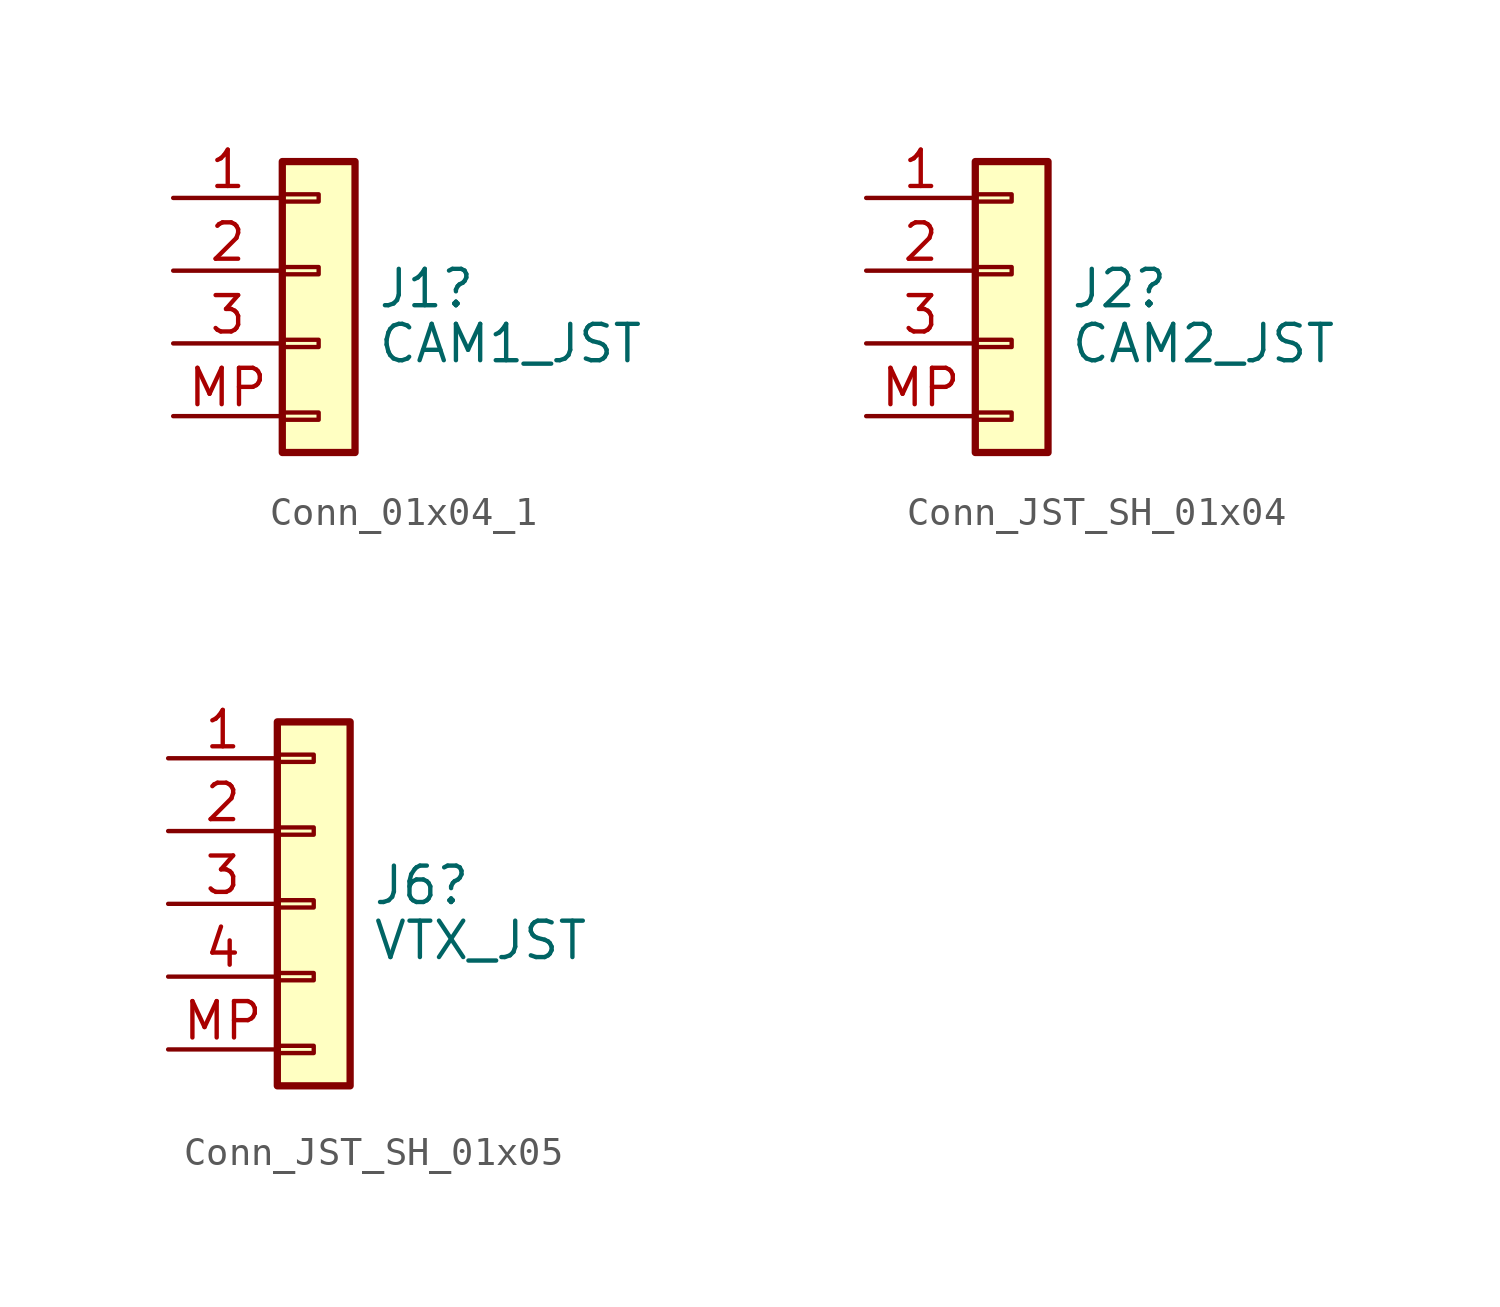
<source format=kicad_sym>
(kicad_symbol_lib
  (version 20220914)
  (generator kicad_symbol_editor)
  (symbol "Conn_01x04_1"
    (pin_names
      (offset 1.016) hide)
    (property "Reference" "J1"
      (at 2.032 -0.626 0)
      (effects (font (size 1.27 1.27)) (justify left)))
    (property "Value" "CAM1_JST"
      (at 2.032 -2.547 0)
      (effects (font (size 1.27 1.27)) (justify left)))
    (symbol "Conn_01x04_1_1_1"
      (rectangle (start -1.27 -4.953) (end 0 -5.207) (stroke (width 0.152) (type default)) (fill (type none)))
      (rectangle (start -1.27 -2.413) (end 0 -2.667) (stroke (width 0.152) (type default)) (fill (type none)))
      (rectangle (start -1.27 0.127) (end 0 -0.127) (stroke (width 0.152) (type default)) (fill (type none)))
      (rectangle (start -1.27 2.667) (end 0 2.413) (stroke (width 0.152) (type default)) (fill (type none)))
      (rectangle (start -1.27 3.81) (end 1.27 -6.35) (stroke (width 0.254) (type default)) (fill (type background)))
      (pin passive line (at -5.08 2.54 0) (length 3.81) (name "Pin_1" (effects (font (size 1.27 1.27)))) (number "1" (effects (font (size 1.27 1.27)))))
      (pin passive line (at -5.08 0 0) (length 3.81) (name "Pin_2" (effects (font (size 1.27 1.27)))) (number "2" (effects (font (size 1.27 1.27)))))
      (pin passive line (at -5.08 -2.54 0) (length 3.81) (name "Pin_3" (effects (font (size 1.27 1.27)))) (number "3" (effects (font (size 1.27 1.27)))))
      (pin passive line (at -5.08 -5.08 0) (length 3.81) (name "Pin_4" (effects (font (size 1.27 1.27)))) (number "MP" (effects (font (size 1.27 1.27)))))))
  (symbol "Conn_JST_SH_01x04"
    (pin_names
      (offset 1.016) hide)
    (property "Reference" "J2"
      (at 2.032 -0.626 0)
      (effects (font (size 1.27 1.27)) (justify left)))
    (property "Value" "CAM2_JST"
      (at 2.032 -2.547 0)
      (effects (font (size 1.27 1.27)) (justify left)))
    (symbol "Conn_JST_SH_01x04_1_1"
      (rectangle (start -1.27 -4.953) (end 0 -5.207) (stroke (width 0.152) (type default)) (fill (type none)))
      (rectangle (start -1.27 -2.413) (end 0 -2.667) (stroke (width 0.152) (type default)) (fill (type none)))
      (rectangle (start -1.27 0.127) (end 0 -0.127) (stroke (width 0.152) (type default)) (fill (type none)))
      (rectangle (start -1.27 2.667) (end 0 2.413) (stroke (width 0.152) (type default)) (fill (type none)))
      (rectangle (start -1.27 3.81) (end 1.27 -6.35) (stroke (width 0.254) (type default)) (fill (type background)))
      (pin passive line (at -5.08 2.54 0) (length 3.81) (name "Pin_1" (effects (font (size 1.27 1.27)))) (number "1" (effects (font (size 1.27 1.27)))))
      (pin passive line (at -5.08 0 0) (length 3.81) (name "Pin_2" (effects (font (size 1.27 1.27)))) (number "2" (effects (font (size 1.27 1.27)))))
      (pin passive line (at -5.08 -2.54 0) (length 3.81) (name "Pin_3" (effects (font (size 1.27 1.27)))) (number "3" (effects (font (size 1.27 1.27)))))
      (pin passive line (at -5.08 -5.08 0) (length 3.81) (name "Pin_4" (effects (font (size 1.27 1.27)))) (number "MP" (effects (font (size 1.27 1.27)))))))
  (symbol "Conn_JST_SH_01x05"
    (pin_names
      (offset 1.016) hide)
    (property "Reference" "J6"
      (at 2.032 0.644 0)
      (effects (font (size 1.27 1.27)) (justify left)))
    (property "Value" "VTX_JST"
      (at 2.032 -1.277 0)
      (effects (font (size 1.27 1.27)) (justify left)))
    (symbol "Conn_JST_SH_01x05_1_1"
      (rectangle (start -1.27 -4.953) (end 0 -5.207) (stroke (width 0.152) (type default)) (fill (type none)))
      (rectangle (start -1.27 -2.413) (end 0 -2.667) (stroke (width 0.152) (type default)) (fill (type none)))
      (rectangle (start -1.27 0.127) (end 0 -0.127) (stroke (width 0.152) (type default)) (fill (type none)))
      (rectangle (start -1.27 2.667) (end 0 2.413) (stroke (width 0.152) (type default)) (fill (type none)))
      (rectangle (start -1.27 5.207) (end 0 4.953) (stroke (width 0.152) (type default)) (fill (type none)))
      (rectangle (start -1.27 6.35) (end 1.27 -6.35) (stroke (width 0.254) (type default)) (fill (type background)))
      (pin passive line (at -5.08 5.08 0) (length 3.81) (name "Pin_1" (effects (font (size 1.27 1.27)))) (number "1" (effects (font (size 1.27 1.27)))))
      (pin passive line (at -5.08 2.54 0) (length 3.81) (name "Pin_2" (effects (font (size 1.27 1.27)))) (number "2" (effects (font (size 1.27 1.27)))))
      (pin passive line (at -5.08 0 0) (length 3.81) (name "Pin_3" (effects (font (size 1.27 1.27)))) (number "3" (effects (font (size 1.27 1.27)))))
      (pin passive line (at -5.08 -2.54 0) (length 3.81) (name "Pin_4" (effects (font (size 1.27 1.27)))) (number "4" (effects (font (size 1.27 1.27)))))
      (pin passive line (at -5.08 -5.08 0) (length 3.81) (name "Pin_5" (effects (font (size 1.27 1.27)))) (number "MP" (effects (font (size 1.27 1.27))))))))
</source>
